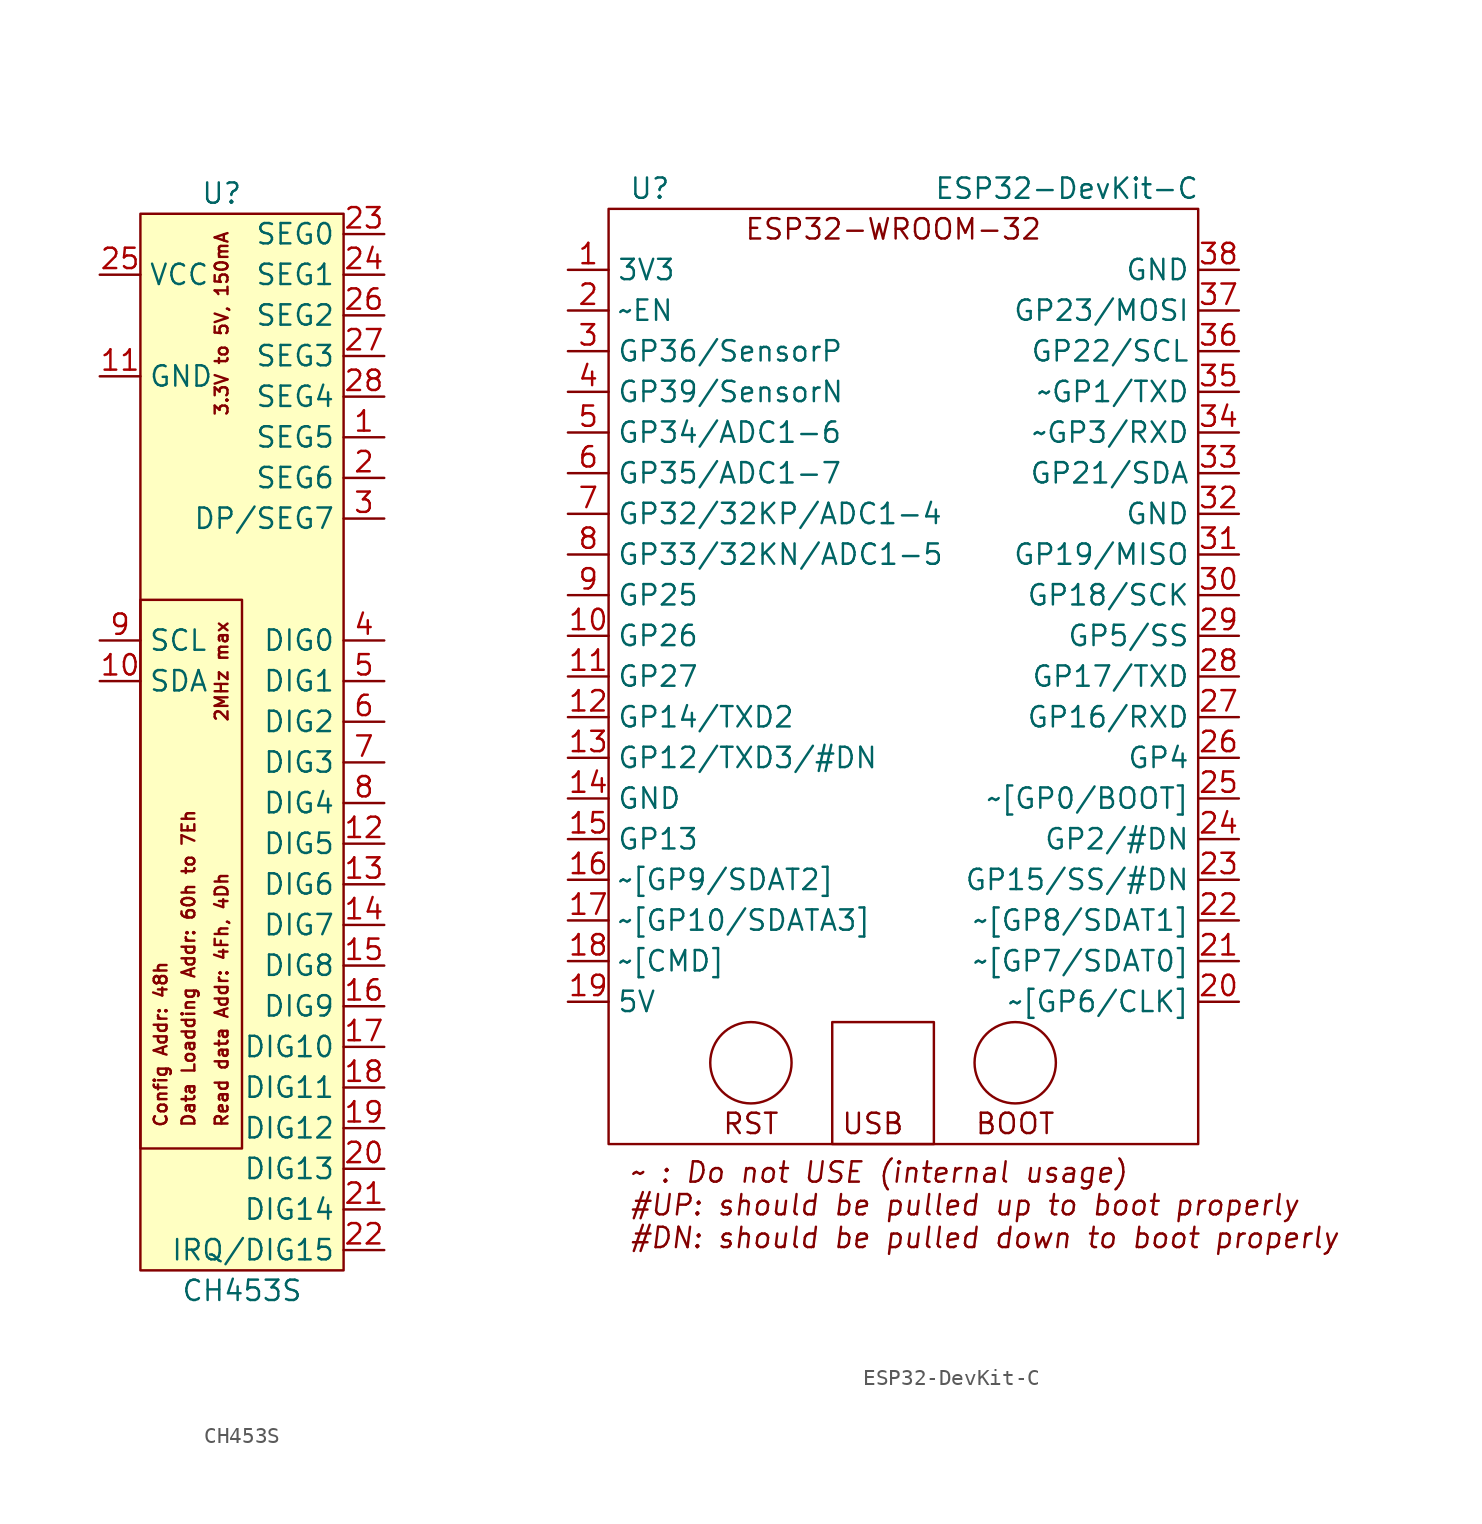
<source format=kicad_sym>
(kicad_symbol_lib
  (version 20231120)
  (generator "kicad_symbol_editor")
  (generator_version "8.0")
  (symbol "CH453S"
    (property "Reference" "U"
      (at 7.62 15.24 0)
      (effects (font (size 1.27 1.27))))
    (property "Value" "CH453S"
      (at 8.89 -53.34 0)
      (effects (font (size 1.27 1.27))))
    (symbol "CH453S_0_0"
      (rectangle (start 2.54 -10.16) (end 8.89 -44.45) (stroke (width 0.152) (type default)) (fill (type none)))
      (text "2MHz max" (at 7.62 -11.43 900) (effects (font (size 0.8 0.8)) (justify right)))
      (text "3.3V to 5V, 150mA" (at 7.62 1.27 900) (effects (font (size 0.8 0.8)) (justify left)))
      (text "Config Addr: 48h" (at 3.81 -43.18 900) (effects (font (size 0.8 0.8)) (justify left)))
      (text "Data Loadding Addr: 60h to 7Eh" (at 5.08 -43.18 900) (effects (font (size 0.8 0.8)) (justify left top)))
      (text "Read data Addr: 4Fh, 4Dh" (at 7.62 -43.18 900) (effects (font (size 0.8 0.8)) (justify left))))
    (symbol "CH453S_0_1"
      (rectangle (start 15.24 13.97) (end 2.54 -52.07) (stroke (width 0.152) (type default)) (fill (type background))))
    (symbol "CH453S_1_1"
      (pin tri_state line (at 17.78 0 180) (length 2.54) (name "SEG5" (effects (font (size 1.27 1.27)))) (number "1" (effects (font (size 1.27 1.27)))))
      (pin bidirectional line (at 0 -15.24 0) (length 2.54) (name "SDA" (effects (font (size 1.27 1.27)))) (number "10" (effects (font (size 1.27 1.27)))))
      (pin passive line (at 0 3.81 0) (length 2.54) (name "GND" (effects (font (size 1.27 1.27)))) (number "11" (effects (font (size 1.27 1.27)))))
      (pin output line (at 17.78 -25.4 180) (length 2.54) (name "DIG5" (effects (font (size 1.27 1.27)))) (number "12" (effects (font (size 1.27 1.27)))))
      (pin output line (at 17.78 -27.94 180) (length 2.54) (name "DIG6" (effects (font (size 1.27 1.27)))) (number "13" (effects (font (size 1.27 1.27)))))
      (pin output line (at 17.78 -30.48 180) (length 2.54) (name "DIG7" (effects (font (size 1.27 1.27)))) (number "14" (effects (font (size 1.27 1.27)))))
      (pin output line (at 17.78 -33.02 180) (length 2.54) (name "DIG8" (effects (font (size 1.27 1.27)))) (number "15" (effects (font (size 1.27 1.27)))))
      (pin output line (at 17.78 -35.56 180) (length 2.54) (name "DIG9" (effects (font (size 1.27 1.27)))) (number "16" (effects (font (size 1.27 1.27)))))
      (pin output line (at 17.78 -38.1 180) (length 2.54) (name "DIG10" (effects (font (size 1.27 1.27)))) (number "17" (effects (font (size 1.27 1.27)))))
      (pin output line (at 17.78 -40.64 180) (length 2.54) (name "DIG11" (effects (font (size 1.27 1.27)))) (number "18" (effects (font (size 1.27 1.27)))))
      (pin output line (at 17.78 -43.18 180) (length 2.54) (name "DIG12" (effects (font (size 1.27 1.27)))) (number "19" (effects (font (size 1.27 1.27)))))
      (pin tri_state line (at 17.78 -2.54 180) (length 2.54) (name "SEG6" (effects (font (size 1.27 1.27)))) (number "2" (effects (font (size 1.27 1.27)))))
      (pin output line (at 17.78 -45.72 180) (length 2.54) (name "DIG13" (effects (font (size 1.27 1.27)))) (number "20" (effects (font (size 1.27 1.27)))))
      (pin output line (at 17.78 -48.26 180) (length 2.54) (name "DIG14" (effects (font (size 1.27 1.27)))) (number "21" (effects (font (size 1.27 1.27)))))
      (pin output line (at 17.78 -50.8 180) (length 2.54) (name "IRQ/DIG15" (effects (font (size 1.27 1.27)))) (number "22" (effects (font (size 1.27 1.27)))))
      (pin tri_state line (at 17.78 12.7 180) (length 2.54) (name "SEG0" (effects (font (size 1.27 1.27)))) (number "23" (effects (font (size 1.27 1.27)))))
      (pin tri_state line (at 17.78 10.16 180) (length 2.54) (name "SEG1" (effects (font (size 1.27 1.27)))) (number "24" (effects (font (size 1.27 1.27)))))
      (pin power_in line (at 0 10.16 0) (length 2.54) (name "VCC" (effects (font (size 1.27 1.27)))) (number "25" (effects (font (size 1.27 1.27)))))
      (pin tri_state line (at 17.78 7.62 180) (length 2.54) (name "SEG2" (effects (font (size 1.27 1.27)))) (number "26" (effects (font (size 1.27 1.27)))))
      (pin tri_state line (at 17.78 5.08 180) (length 2.54) (name "SEG3" (effects (font (size 1.27 1.27)))) (number "27" (effects (font (size 1.27 1.27)))))
      (pin tri_state line (at 17.78 2.54 180) (length 2.54) (name "SEG4" (effects (font (size 1.27 1.27)))) (number "28" (effects (font (size 1.27 1.27)))))
      (pin tri_state line (at 17.78 -5.08 180) (length 2.54) (name "DP/SEG7" (effects (font (size 1.27 1.27)))) (number "3" (effects (font (size 1.27 1.27)))))
      (pin output line (at 17.78 -12.7 180) (length 2.54) (name "DIG0" (effects (font (size 1.27 1.27)))) (number "4" (effects (font (size 1.27 1.27)))))
      (pin output line (at 17.78 -15.24 180) (length 2.54) (name "DIG1" (effects (font (size 1.27 1.27)))) (number "5" (effects (font (size 1.27 1.27)))))
      (pin output line (at 17.78 -17.78 180) (length 2.54) (name "DIG2" (effects (font (size 1.27 1.27)))) (number "6" (effects (font (size 1.27 1.27)))))
      (pin output line (at 17.78 -20.32 180) (length 2.54) (name "DIG3" (effects (font (size 1.27 1.27)))) (number "7" (effects (font (size 1.27 1.27)))))
      (pin output line (at 17.78 -22.86 180) (length 2.54) (name "DIG4" (effects (font (size 1.27 1.27)))) (number "8" (effects (font (size 1.27 1.27)))))
      (pin bidirectional line (at 0 -12.7 0) (length 2.54) (name "SCL" (effects (font (size 1.27 1.27)))) (number "9" (effects (font (size 1.27 1.27)))))))
  (symbol "ESP32-DevKit-C"
    (property "Reference" "U"
      (at -33.02 -46.99 0)
      (effects (font (size 1.27 1.27)) (justify left)))
    (property "Value" "ESP32-DevKit-C"
      (at -13.97 -46.99 0)
      (effects (font (size 1.27 1.27)) (justify left)))
    (symbol "ESP32-DevKit-C_0_1"
      (circle (center -25.4 -101.6) (radius 2.54) (stroke (width 0) (type default)) (fill (type none)))
      (rectangle (start -20.32 -99.06) (end -13.97 -106.68) (stroke (width 0) (type default)) (fill (type none)))
      (circle (center -8.89 -101.6) (radius 2.54) (stroke (width 0) (type default)) (fill (type none))))
    (symbol "ESP32-DevKit-C_1_0"
      (pin power_in line (at -36.83 -52.07 0) (length 2.54) (name "3V3" (effects (font (size 1.27 1.27)))) (number "1" (effects (font (size 1.27 1.27)))))
      (pin bidirectional line (at -36.83 -74.93 0) (length 2.54) (name "GP26" (effects (font (size 1.27 1.27)))) (number "10" (effects (font (size 1.27 1.27)))))
      (pin bidirectional line (at -36.83 -77.47 0) (length 2.54) (name "GP27" (effects (font (size 1.27 1.27)))) (number "11" (effects (font (size 1.27 1.27)))))
      (pin bidirectional line (at -36.83 -80.01 0) (length 2.54) (name "GP14/TXD2" (effects (font (size 1.27 1.27)))) (number "12" (effects (font (size 1.27 1.27)))))
      (pin bidirectional line (at -36.83 -82.55 0) (length 2.54) (name "GP12/TXD3/#DN" (effects (font (size 1.27 1.27)))) (number "13" (effects (font (size 1.27 1.27)))))
      (pin passive line (at -36.83 -85.09 0) (length 2.54) (name "GND" (effects (font (size 1.27 1.27)))) (number "14" (effects (font (size 1.27 1.27)))))
      (pin bidirectional line (at -36.83 -87.63 0) (length 2.54) (name "GP13" (effects (font (size 1.27 1.27)))) (number "15" (effects (font (size 1.27 1.27)))))
      (pin bidirectional line (at -36.83 -90.17 0) (length 2.54) (name "~[GP9/SDAT2]" (effects (font (size 1.27 1.27)))) (number "16" (effects (font (size 1.27 1.27)))))
      (pin bidirectional line (at -36.83 -92.71 0) (length 2.54) (name "~[GP10/SDATA3]" (effects (font (size 1.27 1.27)))) (number "17" (effects (font (size 1.27 1.27)))))
      (pin bidirectional line (at -36.83 -95.25 0) (length 2.54) (name "~[CMD]" (effects (font (size 1.27 1.27)))) (number "18" (effects (font (size 1.27 1.27)))))
      (pin power_in line (at -36.83 -97.79 0) (length 2.54) (name "5V" (effects (font (size 1.27 1.27)))) (number "19" (effects (font (size 1.27 1.27)))))
      (pin input line (at -36.83 -54.61 0) (length 2.54) (name "~EN" (effects (font (size 1.27 1.27)))) (number "2" (effects (font (size 1.27 1.27)))))
      (pin bidirectional line (at 5.08 -97.79 180) (length 2.54) (name "~[GP6/CLK]" (effects (font (size 1.27 1.27)))) (number "20" (effects (font (size 1.27 1.27)))))
      (pin bidirectional line (at 5.08 -95.25 180) (length 2.54) (name "~[GP7/SDAT0]" (effects (font (size 1.27 1.27)))) (number "21" (effects (font (size 1.27 1.27)))))
      (pin bidirectional line (at 5.08 -92.71 180) (length 2.54) (name "~[GP8/SDAT1]" (effects (font (size 1.27 1.27)))) (number "22" (effects (font (size 1.27 1.27)))))
      (pin bidirectional line (at 5.08 -90.17 180) (length 2.54) (name "GP15/SS/#DN" (effects (font (size 1.27 1.27)))) (number "23" (effects (font (size 1.27 1.27)))))
      (pin bidirectional line (at 5.08 -87.63 180) (length 2.54) (name "GP2/#DN" (effects (font (size 1.27 1.27)))) (number "24" (effects (font (size 1.27 1.27)))))
      (pin bidirectional line (at 5.08 -85.09 180) (length 2.54) (name "~[GP0/BOOT]" (effects (font (size 1.27 1.27)))) (number "25" (effects (font (size 1.27 1.27)))))
      (pin bidirectional line (at 5.08 -82.55 180) (length 2.54) (name "GP4" (effects (font (size 1.27 1.27)))) (number "26" (effects (font (size 1.27 1.27)))))
      (pin bidirectional line (at 5.08 -80.01 180) (length 2.54) (name "GP16/RXD" (effects (font (size 1.27 1.27)))) (number "27" (effects (font (size 1.27 1.27)))))
      (pin bidirectional line (at 5.08 -77.47 180) (length 2.54) (name "GP17/TXD" (effects (font (size 1.27 1.27)))) (number "28" (effects (font (size 1.27 1.27)))))
      (pin bidirectional line (at 5.08 -74.93 180) (length 2.54) (name "GP5/SS" (effects (font (size 1.27 1.27)))) (number "29" (effects (font (size 1.27 1.27)))))
      (pin input line (at -36.83 -57.15 0) (length 2.54) (name "GP36/SensorP" (effects (font (size 1.27 1.27)))) (number "3" (effects (font (size 1.27 1.27)))))
      (pin bidirectional line (at 5.08 -72.39 180) (length 2.54) (name "GP18/SCK" (effects (font (size 1.27 1.27)))) (number "30" (effects (font (size 1.27 1.27)))))
      (pin bidirectional line (at 5.08 -69.85 180) (length 2.54) (name "GP19/MISO" (effects (font (size 1.27 1.27)))) (number "31" (effects (font (size 1.27 1.27)))))
      (pin passive line (at 5.08 -67.31 180) (length 2.54) (name "GND" (effects (font (size 1.27 1.27)))) (number "32" (effects (font (size 1.27 1.27)))))
      (pin bidirectional line (at 5.08 -64.77 180) (length 2.54) (name "GP21/SDA" (effects (font (size 1.27 1.27)))) (number "33" (effects (font (size 1.27 1.27)))))
      (pin bidirectional line (at 5.08 -62.23 180) (length 2.54) (name "~GP3/RXD" (effects (font (size 1.27 1.27)))) (number "34" (effects (font (size 1.27 1.27)))))
      (pin bidirectional line (at 5.08 -59.69 180) (length 2.54) (name "~GP1/TXD" (effects (font (size 1.27 1.27)))) (number "35" (effects (font (size 1.27 1.27)))))
      (pin bidirectional line (at 5.08 -57.15 180) (length 2.54) (name "GP22/SCL" (effects (font (size 1.27 1.27)))) (number "36" (effects (font (size 1.27 1.27)))))
      (pin bidirectional line (at 5.08 -54.61 180) (length 2.54) (name "GP23/MOSI" (effects (font (size 1.27 1.27)))) (number "37" (effects (font (size 1.27 1.27)))))
      (pin passive line (at 5.08 -52.07 180) (length 2.54) (name "GND" (effects (font (size 1.27 1.27)))) (number "38" (effects (font (size 1.27 1.27)))))
      (pin input line (at -36.83 -59.69 0) (length 2.54) (name "GP39/SensorN" (effects (font (size 1.27 1.27)))) (number "4" (effects (font (size 1.27 1.27)))))
      (pin input line (at -36.83 -62.23 0) (length 2.54) (name "GP34/ADC1-6" (effects (font (size 1.27 1.27)))) (number "5" (effects (font (size 1.27 1.27)))))
      (pin input line (at -36.83 -64.77 0) (length 2.54) (name "GP35/ADC1-7" (effects (font (size 1.27 1.27)))) (number "6" (effects (font (size 1.27 1.27)))))
      (pin bidirectional line (at -36.83 -67.31 0) (length 2.54) (name "GP32/32KP/ADC1-4" (effects (font (size 1.27 1.27)))) (number "7" (effects (font (size 1.27 1.27)))))
      (pin bidirectional line (at -36.83 -69.85 0) (length 2.54) (name "GP33/32KN/ADC1-5" (effects (font (size 1.27 1.27)))) (number "8" (effects (font (size 1.27 1.27)))))
      (pin bidirectional line (at -36.83 -72.39 0) (length 2.54) (name "GP25" (effects (font (size 1.27 1.27)))) (number "9" (effects (font (size 1.27 1.27))))))
    (symbol "ESP32-DevKit-C_1_1"
      (rectangle (start -34.29 -48.26) (end 2.54 -106.68) (stroke (width 0) (type default)) (fill (type none)))
      (text "BOOT" (at -8.89 -105.41 0) (effects (font (size 1.27 1.27))))
      (text "ESP32-WROOM-32" (at -16.51 -49.53 0) (effects (font (size 1.27 1.27))))
      (text "RST" (at -25.4 -105.41 0) (effects (font (size 1.27 1.27))))
      (text "USB" (at -17.78 -105.41 0) (effects (font (size 1.27 1.27))))
      (text "~ : Do not USE (internal usage)\n#UP: should be pulled up to boot properly\n#DN: should be pulled down to boot properly" (at -33.02 -110.49 0) (effects (font (size 1.27 1.27) (italic yes)) (justify left))))))
</source>
